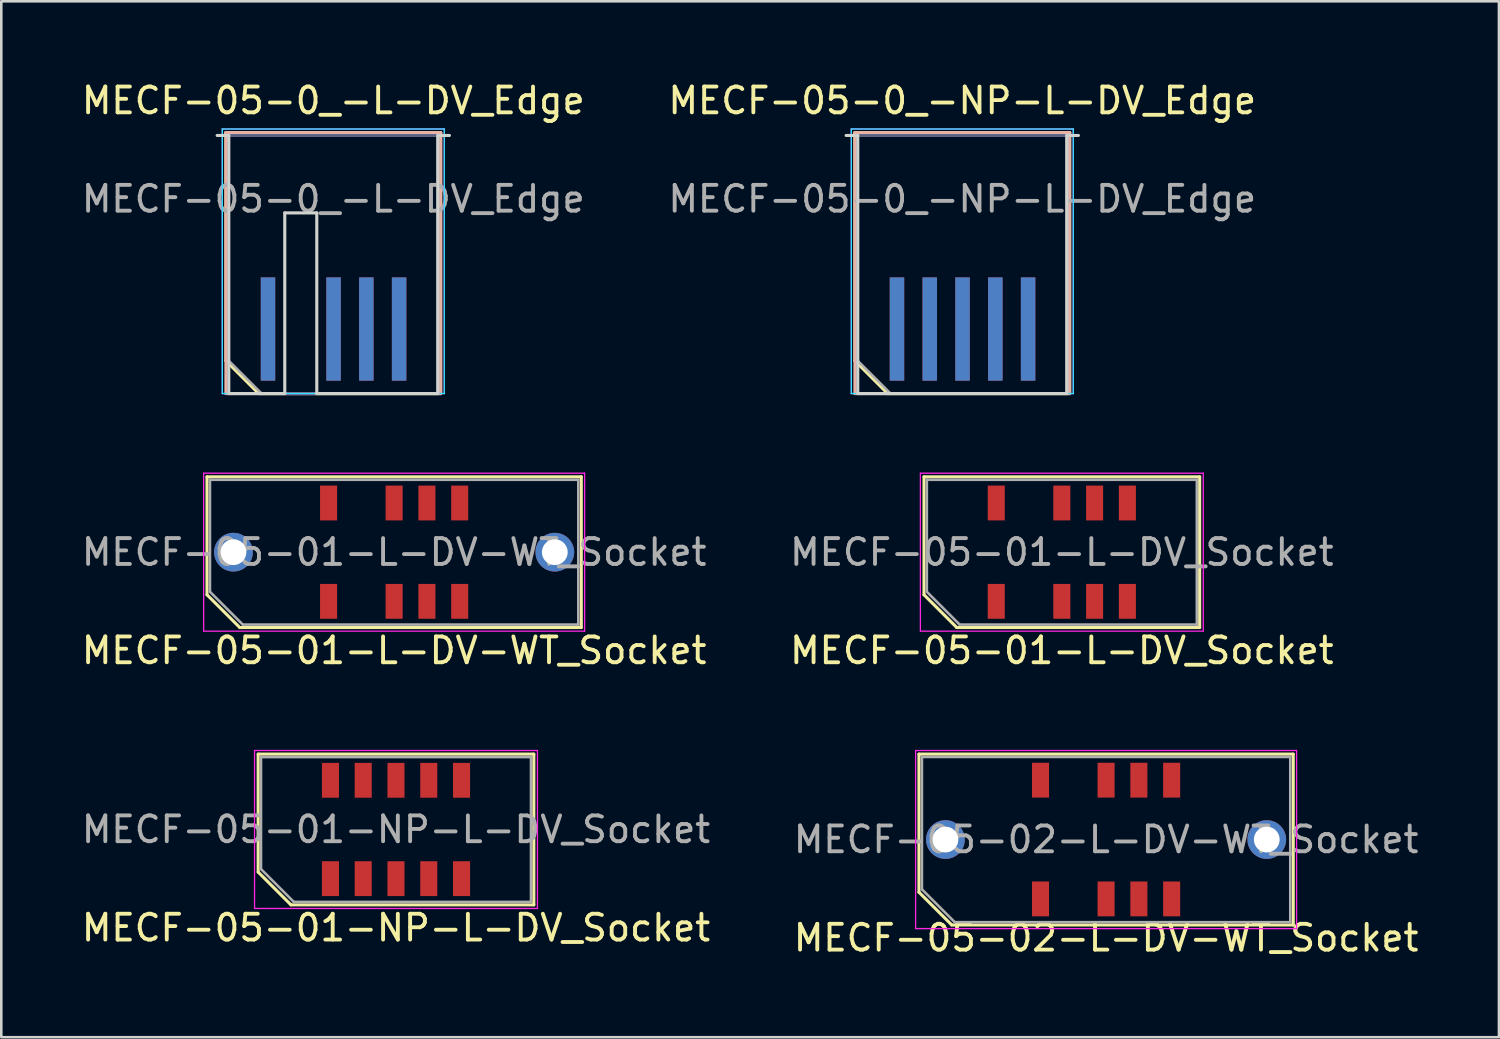
<source format=kicad_pcb>
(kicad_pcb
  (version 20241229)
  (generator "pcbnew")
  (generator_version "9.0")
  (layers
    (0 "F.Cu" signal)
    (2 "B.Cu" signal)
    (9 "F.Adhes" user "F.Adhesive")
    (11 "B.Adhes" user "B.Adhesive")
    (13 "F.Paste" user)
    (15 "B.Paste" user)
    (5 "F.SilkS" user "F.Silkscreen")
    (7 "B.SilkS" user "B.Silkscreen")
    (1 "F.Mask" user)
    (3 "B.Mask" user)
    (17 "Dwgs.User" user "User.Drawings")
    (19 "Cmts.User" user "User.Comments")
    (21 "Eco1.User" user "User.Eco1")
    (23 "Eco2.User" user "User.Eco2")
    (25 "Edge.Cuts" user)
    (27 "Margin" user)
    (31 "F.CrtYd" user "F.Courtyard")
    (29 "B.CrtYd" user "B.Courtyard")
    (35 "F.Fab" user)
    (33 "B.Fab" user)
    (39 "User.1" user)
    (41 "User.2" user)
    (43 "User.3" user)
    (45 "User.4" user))
  (footprint "MECF-05-0_-L-DV_Edge"
    (layer "F.Cu")
    (at 9.863 7.198)
    (property "Reference" "MECF-05-0_-L-DV_Edge" (at 0 -6.35 0) (layer "F.SilkS") (effects (font (size 1 1) (thickness 0.15))))
    (attr exclude_from_pos_files exclude_from_bom)
    (fp_line (start -4.16 -5.11) (end 4.16 -5.11) (stroke (width 0.12) (type solid)) (layer "F.SilkS"))
    (fp_line (start -4.16 3.73) (end -4.16 -5.11) (stroke (width 0.12) (type solid)) (layer "F.SilkS"))
    (fp_line (start -2.89 5) (end -4.16 3.73) (stroke (width 0.12) (type solid)) (layer "F.SilkS"))
    (fp_line (start -2.89 5) (end 4.16 5) (stroke (width 0.12) (type solid)) (layer "F.SilkS"))
    (fp_line (start 4.16 5) (end 4.16 -5.11) (stroke (width 0.12) (type solid)) (layer "F.SilkS"))
    (fp_line (start -4.16 -5.11) (end 4.16 -5.11) (stroke (width 0.12) (type solid)) (layer "B.SilkS"))
    (fp_line (start -4.16 5) (end -4.16 -5.11) (stroke (width 0.12) (type solid)) (layer "B.SilkS"))
    (fp_line (start -4.16 5) (end 4.16 5) (stroke (width 0.12) (type solid)) (layer "B.SilkS"))
    (fp_line (start 4.16 5) (end 4.16 -5.11) (stroke (width 0.12) (type solid)) (layer "B.SilkS"))
    (fp_line (start -4.5 -5) (end -4.05 -5) (stroke (width 0.12) (type solid)) (layer "Edge.Cuts"))
    (fp_line (start -4.05 5) (end -4.05 -5) (stroke (width 0.12) (type solid)) (layer "Edge.Cuts"))
    (fp_line (start -4.05 5) (end -1.88 5) (stroke (width 0.12) (type solid)) (layer "Edge.Cuts"))
    (fp_line (start -1.88 -2) (end -0.64 -2) (stroke (width 0.12) (type solid)) (layer "Edge.Cuts"))
    (fp_line (start -1.88 5) (end -1.88 -2) (stroke (width 0.12) (type solid)) (layer "Edge.Cuts"))
    (fp_line (start -0.64 5) (end -0.64 -2) (stroke (width 0.12) (type solid)) (layer "Edge.Cuts"))
    (fp_line (start -0.64 5) (end 4.05 5) (stroke (width 0.12) (type solid)) (layer "Edge.Cuts"))
    (fp_line (start 4.05 5) (end 4.05 -5) (stroke (width 0.12) (type solid)) (layer "Edge.Cuts"))
    (fp_line (start 4.5 -5) (end 4.05 -5) (stroke (width 0.12) (type solid)) (layer "Edge.Cuts"))
    (fp_line (start -4.3 -5.25) (end -4.3 5) (stroke (width 0.05) (type solid)) (layer "B.CrtYd"))
    (fp_line (start -4.3 5) (end 4.3 5) (stroke (width 0.05) (type solid)) (layer "B.CrtYd"))
    (fp_line (start 4.3 -5.25) (end -4.3 -5.25) (stroke (width 0.05) (type solid)) (layer "B.CrtYd"))
    (fp_line (start 4.3 5) (end 4.3 -5.25) (stroke (width 0.05) (type solid)) (layer "B.CrtYd"))
    (fp_line (start -4.3 -5.25) (end -4.3 5) (stroke (width 0.05) (type solid)) (layer "F.CrtYd"))
    (fp_line (start -4.3 5) (end 4.3 5) (stroke (width 0.05) (type solid)) (layer "F.CrtYd"))
    (fp_line (start 4.3 -5.25) (end -4.3 -5.25) (stroke (width 0.05) (type solid)) (layer "F.CrtYd"))
    (fp_line (start 4.3 5) (end 4.3 -5.25) (stroke (width 0.05) (type solid)) (layer "F.CrtYd"))
    (fp_line (start -4.05 -5) (end 4.05 -5) (stroke (width 0.1) (type solid)) (layer "B.Fab"))
    (fp_line (start -4.05 5) (end -4.05 -5) (stroke (width 0.1) (type solid)) (layer "B.Fab"))
    (fp_line (start -4.05 5) (end 4.05 5) (stroke (width 0.1) (type solid)) (layer "B.Fab"))
    (fp_line (start 4.05 5) (end 4.05 -5) (stroke (width 0.1) (type solid)) (layer "B.Fab"))
    (fp_line (start -4.05 -5) (end 4.05 -5) (stroke (width 0.1) (type solid)) (layer "F.Fab"))
    (fp_line (start -4.05 3.73) (end -4.05 -5) (stroke (width 0.1) (type solid)) (layer "F.Fab"))
    (fp_line (start -4.05 3.73) (end -2.78 5) (stroke (width 0.1) (type solid)) (layer "F.Fab"))
    (fp_line (start -2.78 5) (end 4.05 5) (stroke (width 0.1) (type solid)) (layer "F.Fab"))
    (fp_line (start 4.05 5) (end 4.05 -5) (stroke (width 0.1) (type solid)) (layer "F.Fab"))
    (fp_text user "${REFERENCE}" (at 0 -2.54 0) (layer "F.Fab") (effects (font (size 1 1) (thickness 0.15))))
    (pad "1" smd rect (at -2.53 2.5) (size 0.56 4) (layers "F.Cu" "F.Mask" "F.Paste"))
    (pad "2" smd rect (at -2.53 2.5) (size 0.56 4) (layers "B.Cu" "B.Mask" "B.Paste"))
    (pad "5" smd rect (at 0.01 2.5) (size 0.56 4) (layers "F.Cu" "F.Mask" "F.Paste"))
    (pad "6" smd rect (at 0.01 2.5) (size 0.56 4) (layers "B.Cu" "B.Mask" "B.Paste"))
    (pad "7" smd rect (at 1.28 2.5) (size 0.56 4) (layers "F.Cu" "F.Mask" "F.Paste"))
    (pad "8" smd rect (at 1.28 2.5) (size 0.56 4) (layers "B.Cu" "B.Mask" "B.Paste"))
    (pad "9" smd rect (at 2.55 2.5) (size 0.56 4) (layers "F.Cu" "F.Mask" "F.Paste"))
    (pad "10" smd rect (at 2.55 2.5) (size 0.56 4) (layers "B.Cu" "B.Mask" "B.Paste")))
  (footprint "MECF-05-01-L-DV_Socket"
    (layer "F.Cu")
    (at 38.089 18.343)
    (property "Reference" "MECF-05-01-L-DV_Socket" (at 0 3.81 0) (layer "F.SilkS") (effects (font (size 1 1) (thickness 0.15))))
    (attr smd)
    (fp_line (start -5.34 -2.92) (end 5.34 -2.92) (stroke (width 0.12) (type solid)) (layer "F.SilkS"))
    (fp_line (start -5.34 1.65) (end -5.34 -2.92) (stroke (width 0.12) (type solid)) (layer "F.SilkS"))
    (fp_line (start -4.07 2.92) (end -5.34 1.65) (stroke (width 0.12) (type solid)) (layer "F.SilkS"))
    (fp_line (start -4.07 2.92) (end 5.34 2.92) (stroke (width 0.12) (type solid)) (layer "F.SilkS"))
    (fp_line (start 5.34 2.92) (end 5.34 -2.92) (stroke (width 0.12) (type solid)) (layer "F.SilkS"))
    (fp_line (start -5.48 -3.06) (end -5.48 3.06) (stroke (width 0.05) (type solid)) (layer "F.CrtYd"))
    (fp_line (start -5.48 3.06) (end 5.48 3.06) (stroke (width 0.05) (type solid)) (layer "F.CrtYd"))
    (fp_line (start 5.48 -3.06) (end -5.48 -3.06) (stroke (width 0.05) (type solid)) (layer "F.CrtYd"))
    (fp_line (start 5.48 3.06) (end 5.48 -3.06) (stroke (width 0.05) (type solid)) (layer "F.CrtYd"))
    (fp_line (start -5.23 -2.805) (end 5.23 -2.805) (stroke (width 0.1) (type solid)) (layer "F.Fab"))
    (fp_line (start -5.23 1.535) (end -5.23 -2.805) (stroke (width 0.1) (type solid)) (layer "F.Fab"))
    (fp_line (start -5.23 1.535) (end -3.96 2.805) (stroke (width 0.1) (type solid)) (layer "F.Fab"))
    (fp_line (start -3.96 2.805) (end 5.23 2.805) (stroke (width 0.1) (type solid)) (layer "F.Fab"))
    (fp_line (start 5.23 2.805) (end 5.23 -2.805) (stroke (width 0.1) (type solid)) (layer "F.Fab"))
    (fp_text user "${REFERENCE}" (at 0 0 0) (layer "F.Fab") (effects (font (size 1 1) (thickness 0.15))))
    (pad "" np_thru_hole circle (at -4.32 0) (size 0.001 0.001) (drill 1.45) (layers "*.Cu" "*.Mask"))
    (pad "" np_thru_hole circle (at 4.32 1) (size 0.001 0.001) (drill 1.45) (layers "*.Cu" "*.Mask"))
    (pad "1" smd rect (at -2.54 1.905) (size 0.66 1.35) (layers "F.Cu" "F.Mask" "F.Paste"))
    (pad "2" smd rect (at -2.54 -1.905) (size 0.66 1.35) (layers "F.Cu" "F.Mask" "F.Paste"))
    (pad "5" smd rect (at 0 1.905) (size 0.66 1.35) (layers "F.Cu" "F.Mask" "F.Paste"))
    (pad "6" smd rect (at 0 -1.905) (size 0.66 1.35) (layers "F.Cu" "F.Mask" "F.Paste"))
    (pad "7" smd rect (at 1.27 1.905) (size 0.66 1.35) (layers "F.Cu" "F.Mask" "F.Paste"))
    (pad "8" smd rect (at 1.27 -1.905) (size 0.66 1.35) (layers "F.Cu" "F.Mask" "F.Paste"))
    (pad "9" smd rect (at 2.54 1.905) (size 0.66 1.35) (layers "F.Cu" "F.Mask" "F.Paste"))
    (pad "10" smd rect (at 2.54 -1.905) (size 0.66 1.35) (layers "F.Cu" "F.Mask" "F.Paste")))
  (footprint "MECF-05-02-L-DV-WT_Socket"
    (layer "F.Cu")
    (at 39.804 29.477)
    (property "Reference" "MECF-05-02-L-DV-WT_Socket" (at 0 3.81 0) (layer "F.SilkS") (effects (font (size 1 1) (thickness 0.15))))
    (attr smd)
    (fp_line (start -7.25 -3.31) (end 7.25 -3.31) (stroke (width 0.12) (type solid)) (layer "F.SilkS"))
    (fp_line (start -7.25 2.04) (end -7.25 -3.31) (stroke (width 0.12) (type solid)) (layer "F.SilkS"))
    (fp_line (start -5.98 3.31) (end -7.25 2.04) (stroke (width 0.12) (type solid)) (layer "F.SilkS"))
    (fp_line (start -5.98 3.31) (end 7.25 3.31) (stroke (width 0.12) (type solid)) (layer "F.SilkS"))
    (fp_line (start 7.25 3.31) (end 7.25 -3.31) (stroke (width 0.12) (type solid)) (layer "F.SilkS"))
    (fp_line (start -7.38 -3.45) (end -7.38 3.45) (stroke (width 0.05) (type solid)) (layer "F.CrtYd"))
    (fp_line (start -7.38 3.45) (end 7.38 3.45) (stroke (width 0.05) (type solid)) (layer "F.CrtYd"))
    (fp_line (start 7.38 -3.45) (end -7.38 -3.45) (stroke (width 0.05) (type solid)) (layer "F.CrtYd"))
    (fp_line (start 7.38 3.45) (end 7.38 -3.45) (stroke (width 0.05) (type solid)) (layer "F.CrtYd"))
    (fp_line (start -7.135 -3.2) (end 7.135 -3.2) (stroke (width 0.1) (type solid)) (layer "F.Fab"))
    (fp_line (start -7.135 1.93) (end -7.135 -3.2) (stroke (width 0.1) (type solid)) (layer "F.Fab"))
    (fp_line (start -7.135 1.93) (end -5.865 3.2) (stroke (width 0.1) (type solid)) (layer "F.Fab"))
    (fp_line (start -5.865 3.2) (end 7.135 3.2) (stroke (width 0.1) (type solid)) (layer "F.Fab"))
    (fp_line (start 7.135 3.2) (end 7.135 -3.2) (stroke (width 0.1) (type solid)) (layer "F.Fab"))
    (fp_text user "${REFERENCE}" (at 0 0 0) (layer "F.Fab") (effects (font (size 1 1) (thickness 0.15))))
    (pad "" thru_hole circle (at -6.225 0) (size 1.5 1.5) (drill 1) (layers "*.Cu" "*.Mask"))
    (pad "" np_thru_hole circle (at -4.32 0) (size 0.001 0.001) (drill 1.45) (layers "*.Cu" "*.Mask"))
    (pad "" np_thru_hole circle (at 4.32 1) (size 0.001 0.001) (drill 1.45) (layers "*.Cu" "*.Mask"))
    (pad "" thru_hole circle (at 6.225 0) (size 1.5 1.5) (drill 1) (layers "*.Cu" "*.Mask"))
    (pad "1" smd rect (at -2.54 2.3) (size 0.66 1.35) (layers "F.Cu" "F.Mask" "F.Paste"))
    (pad "2" smd rect (at -2.54 -2.3) (size 0.66 1.35) (layers "F.Cu" "F.Mask" "F.Paste"))
    (pad "5" smd rect (at 0 2.3) (size 0.66 1.35) (layers "F.Cu" "F.Mask" "F.Paste"))
    (pad "6" smd rect (at 0 -2.3) (size 0.66 1.35) (layers "F.Cu" "F.Mask" "F.Paste"))
    (pad "7" smd rect (at 1.27 2.3) (size 0.66 1.35) (layers "F.Cu" "F.Mask" "F.Paste"))
    (pad "8" smd rect (at 1.27 -2.3) (size 0.66 1.35) (layers "F.Cu" "F.Mask" "F.Paste"))
    (pad "9" smd rect (at 2.54 2.3) (size 0.66 1.35) (layers "F.Cu" "F.Mask" "F.Paste"))
    (pad "10" smd rect (at 2.54 -2.3) (size 0.66 1.35) (layers "F.Cu" "F.Mask" "F.Paste")))
  (footprint "MECF-05-01-NP-L-DV_Socket"
    (layer "F.Cu")
    (at 12.292 29.087)
    (property "Reference" "MECF-05-01-NP-L-DV_Socket" (at 0 3.81 0) (layer "F.SilkS") (effects (font (size 1 1) (thickness 0.15))))
    (attr smd)
    (fp_line (start -5.34 -2.92) (end 5.34 -2.92) (stroke (width 0.12) (type solid)) (layer "F.SilkS"))
    (fp_line (start -5.34 1.65) (end -5.34 -2.92) (stroke (width 0.12) (type solid)) (layer "F.SilkS"))
    (fp_line (start -4.07 2.92) (end -5.34 1.65) (stroke (width 0.12) (type solid)) (layer "F.SilkS"))
    (fp_line (start -4.07 2.92) (end 5.34 2.92) (stroke (width 0.12) (type solid)) (layer "F.SilkS"))
    (fp_line (start 5.34 2.92) (end 5.34 -2.92) (stroke (width 0.12) (type solid)) (layer "F.SilkS"))
    (fp_line (start -5.48 -3.06) (end -5.48 3.06) (stroke (width 0.05) (type solid)) (layer "F.CrtYd"))
    (fp_line (start -5.48 3.06) (end 5.48 3.06) (stroke (width 0.05) (type solid)) (layer "F.CrtYd"))
    (fp_line (start 5.48 -3.06) (end -5.48 -3.06) (stroke (width 0.05) (type solid)) (layer "F.CrtYd"))
    (fp_line (start 5.48 3.06) (end 5.48 -3.06) (stroke (width 0.05) (type solid)) (layer "F.CrtYd"))
    (fp_line (start -5.23 -2.805) (end 5.23 -2.805) (stroke (width 0.1) (type solid)) (layer "F.Fab"))
    (fp_line (start -5.23 1.535) (end -5.23 -2.805) (stroke (width 0.1) (type solid)) (layer "F.Fab"))
    (fp_line (start -5.23 1.535) (end -3.96 2.805) (stroke (width 0.1) (type solid)) (layer "F.Fab"))
    (fp_line (start -3.96 2.805) (end 5.23 2.805) (stroke (width 0.1) (type solid)) (layer "F.Fab"))
    (fp_line (start 5.23 2.805) (end 5.23 -2.805) (stroke (width 0.1) (type solid)) (layer "F.Fab"))
    (fp_text user "${REFERENCE}" (at 0 0 0) (layer "F.Fab") (effects (font (size 1 1) (thickness 0.15))))
    (pad "" np_thru_hole circle (at -4.32 0) (size 0.001 0.001) (drill 1.45) (layers "*.Cu" "*.Mask"))
    (pad "" np_thru_hole circle (at 4.32 1) (size 0.001 0.001) (drill 1.45) (layers "*.Cu" "*.Mask"))
    (pad "1" smd rect (at -2.54 1.905) (size 0.66 1.35) (layers "F.Cu" "F.Mask" "F.Paste"))
    (pad "2" smd rect (at -2.54 -1.905) (size 0.66 1.35) (layers "F.Cu" "F.Mask" "F.Paste"))
    (pad "3" smd rect (at -1.27 1.905) (size 0.66 1.35) (layers "F.Cu" "F.Mask" "F.Paste"))
    (pad "4" smd rect (at -1.27 -1.905) (size 0.66 1.35) (layers "F.Cu" "F.Mask" "F.Paste"))
    (pad "5" smd rect (at 0 1.905) (size 0.66 1.35) (layers "F.Cu" "F.Mask" "F.Paste"))
    (pad "6" smd rect (at 0 -1.905) (size 0.66 1.35) (layers "F.Cu" "F.Mask" "F.Paste"))
    (pad "7" smd rect (at 1.27 1.905) (size 0.66 1.35) (layers "F.Cu" "F.Mask" "F.Paste"))
    (pad "8" smd rect (at 1.27 -1.905) (size 0.66 1.35) (layers "F.Cu" "F.Mask" "F.Paste"))
    (pad "9" smd rect (at 2.54 1.905) (size 0.66 1.35) (layers "F.Cu" "F.Mask" "F.Paste"))
    (pad "10" smd rect (at 2.54 -1.905) (size 0.66 1.35) (layers "F.Cu" "F.Mask" "F.Paste")))
  (footprint "MECF-05-0_-NP-L-DV_Edge"
    (layer "F.Cu")
    (at 34.232 7.198)
    (property "Reference" "MECF-05-0_-NP-L-DV_Edge" (at 0 -6.35 0) (layer "F.SilkS") (effects (font (size 1 1) (thickness 0.15))))
    (attr exclude_from_pos_files exclude_from_bom)
    (fp_line (start -4.16 -5.11) (end 4.16 -5.11) (stroke (width 0.12) (type solid)) (layer "F.SilkS"))
    (fp_line (start -4.16 3.73) (end -4.16 -5.11) (stroke (width 0.12) (type solid)) (layer "F.SilkS"))
    (fp_line (start -2.89 5) (end -4.16 3.73) (stroke (width 0.12) (type solid)) (layer "F.SilkS"))
    (fp_line (start -2.89 5) (end 4.16 5) (stroke (width 0.12) (type solid)) (layer "F.SilkS"))
    (fp_line (start 4.16 5) (end 4.16 -5.11) (stroke (width 0.12) (type solid)) (layer "F.SilkS"))
    (fp_line (start -4.16 -5.11) (end 4.16 -5.11) (stroke (width 0.12) (type solid)) (layer "B.SilkS"))
    (fp_line (start -4.16 5) (end -4.16 -5.11) (stroke (width 0.12) (type solid)) (layer "B.SilkS"))
    (fp_line (start -4.16 5) (end 4.16 5) (stroke (width 0.12) (type solid)) (layer "B.SilkS"))
    (fp_line (start 4.16 5) (end 4.16 -5.11) (stroke (width 0.12) (type solid)) (layer "B.SilkS"))
    (fp_line (start -4.5 -5) (end -4.05 -5) (stroke (width 0.12) (type solid)) (layer "Edge.Cuts"))
    (fp_line (start -4.05 5) (end -4.05 -5) (stroke (width 0.12) (type solid)) (layer "Edge.Cuts"))
    (fp_line (start -4.05 5) (end 4.05 5) (stroke (width 0.12) (type solid)) (layer "Edge.Cuts"))
    (fp_line (start 4.05 5) (end 4.05 -5) (stroke (width 0.12) (type solid)) (layer "Edge.Cuts"))
    (fp_line (start 4.5 -5) (end 4.05 -5) (stroke (width 0.12) (type solid)) (layer "Edge.Cuts"))
    (fp_line (start -4.3 -5.25) (end -4.3 5) (stroke (width 0.05) (type solid)) (layer "B.CrtYd"))
    (fp_line (start -4.3 5) (end 4.3 5) (stroke (width 0.05) (type solid)) (layer "B.CrtYd"))
    (fp_line (start 4.3 -5.25) (end -4.3 -5.25) (stroke (width 0.05) (type solid)) (layer "B.CrtYd"))
    (fp_line (start 4.3 5) (end 4.3 -5.25) (stroke (width 0.05) (type solid)) (layer "B.CrtYd"))
    (fp_line (start -4.3 -5.25) (end -4.3 5) (stroke (width 0.05) (type solid)) (layer "F.CrtYd"))
    (fp_line (start -4.3 5) (end 4.3 5) (stroke (width 0.05) (type solid)) (layer "F.CrtYd"))
    (fp_line (start 4.3 -5.25) (end -4.3 -5.25) (stroke (width 0.05) (type solid)) (layer "F.CrtYd"))
    (fp_line (start 4.3 5) (end 4.3 -5.25) (stroke (width 0.05) (type solid)) (layer "F.CrtYd"))
    (fp_line (start -4.05 -5) (end 4.05 -5) (stroke (width 0.1) (type solid)) (layer "B.Fab"))
    (fp_line (start -4.05 5) (end -4.05 -5) (stroke (width 0.1) (type solid)) (layer "B.Fab"))
    (fp_line (start -4.05 5) (end 4.05 5) (stroke (width 0.1) (type solid)) (layer "B.Fab"))
    (fp_line (start 4.05 5) (end 4.05 -5) (stroke (width 0.1) (type solid)) (layer "B.Fab"))
    (fp_line (start -4.05 -5) (end 4.05 -5) (stroke (width 0.1) (type solid)) (layer "F.Fab"))
    (fp_line (start -4.05 3.73) (end -4.05 -5) (stroke (width 0.1) (type solid)) (layer "F.Fab"))
    (fp_line (start -4.05 3.73) (end -2.78 5) (stroke (width 0.1) (type solid)) (layer "F.Fab"))
    (fp_line (start -2.78 5) (end 4.05 5) (stroke (width 0.1) (type solid)) (layer "F.Fab"))
    (fp_line (start 4.05 5) (end 4.05 -5) (stroke (width 0.1) (type solid)) (layer "F.Fab"))
    (fp_text user "${REFERENCE}" (at 0 -2.54 0) (layer "F.Fab") (effects (font (size 1 1) (thickness 0.15))))
    (pad "1" smd rect (at -2.53 2.5) (size 0.56 4) (layers "F.Cu" "F.Mask" "F.Paste"))
    (pad "2" smd rect (at -2.53 2.5) (size 0.56 4) (layers "B.Cu" "B.Mask" "B.Paste"))
    (pad "3" smd rect (at -1.26 2.5) (size 0.56 4) (layers "F.Cu" "F.Mask" "F.Paste"))
    (pad "4" smd rect (at -1.26 2.5) (size 0.56 4) (layers "B.Cu" "B.Mask" "B.Paste"))
    (pad "5" smd rect (at 0.01 2.5) (size 0.56 4) (layers "F.Cu" "F.Mask" "F.Paste"))
    (pad "6" smd rect (at 0.01 2.5) (size 0.56 4) (layers "B.Cu" "B.Mask" "B.Paste"))
    (pad "7" smd rect (at 1.28 2.5) (size 0.56 4) (layers "F.Cu" "F.Mask" "F.Paste"))
    (pad "8" smd rect (at 1.28 2.5) (size 0.56 4) (layers "B.Cu" "B.Mask" "B.Paste"))
    (pad "9" smd rect (at 2.55 2.5) (size 0.56 4) (layers "F.Cu" "F.Mask" "F.Paste"))
    (pad "10" smd rect (at 2.55 2.5) (size 0.56 4) (layers "B.Cu" "B.Mask" "B.Paste")))
  (footprint "MECF-05-01-L-DV-WT_Socket"
    (layer "F.Cu")
    (at 12.22 18.343)
    (property "Reference" "MECF-05-01-L-DV-WT_Socket" (at 0 3.81 0) (layer "F.SilkS") (effects (font (size 1 1) (thickness 0.15))))
    (attr smd)
    (fp_line (start -7.25 -2.92) (end 7.25 -2.92) (stroke (width 0.12) (type solid)) (layer "F.SilkS"))
    (fp_line (start -7.25 1.65) (end -7.25 -2.92) (stroke (width 0.12) (type solid)) (layer "F.SilkS"))
    (fp_line (start -5.98 2.92) (end -7.25 1.65) (stroke (width 0.12) (type solid)) (layer "F.SilkS"))
    (fp_line (start -5.98 2.92) (end 7.25 2.92) (stroke (width 0.12) (type solid)) (layer "F.SilkS"))
    (fp_line (start 7.25 2.92) (end 7.25 -2.92) (stroke (width 0.12) (type solid)) (layer "F.SilkS"))
    (fp_line (start -7.38 -3.06) (end -7.38 3.06) (stroke (width 0.05) (type solid)) (layer "F.CrtYd"))
    (fp_line (start -7.38 3.06) (end 7.38 3.06) (stroke (width 0.05) (type solid)) (layer "F.CrtYd"))
    (fp_line (start 7.38 -3.06) (end -7.38 -3.06) (stroke (width 0.05) (type solid)) (layer "F.CrtYd"))
    (fp_line (start 7.38 3.06) (end 7.38 -3.06) (stroke (width 0.05) (type solid)) (layer "F.CrtYd"))
    (fp_line (start -7.135 -2.805) (end 7.135 -2.805) (stroke (width 0.1) (type solid)) (layer "F.Fab"))
    (fp_line (start -7.135 1.535) (end -7.135 -2.805) (stroke (width 0.1) (type solid)) (layer "F.Fab"))
    (fp_line (start -7.135 1.535) (end -5.865 2.805) (stroke (width 0.1) (type solid)) (layer "F.Fab"))
    (fp_line (start -5.865 2.805) (end 7.135 2.805) (stroke (width 0.1) (type solid)) (layer "F.Fab"))
    (fp_line (start 7.135 2.805) (end 7.135 -2.805) (stroke (width 0.1) (type solid)) (layer "F.Fab"))
    (fp_text user "${REFERENCE}" (at 0 0 0) (layer "F.Fab") (effects (font (size 1 1) (thickness 0.15))))
    (pad "" thru_hole circle (at -6.225 0) (size 1.5 1.5) (drill 1) (layers "*.Cu" "*.Mask"))
    (pad "" np_thru_hole circle (at -4.32 0) (size 0.001 0.001) (drill 1.45) (layers "*.Cu" "*.Mask"))
    (pad "" np_thru_hole circle (at 4.32 1) (size 0.001 0.001) (drill 1.45) (layers "*.Cu" "*.Mask"))
    (pad "" thru_hole circle (at 6.225 0) (size 1.5 1.5) (drill 1) (layers "*.Cu" "*.Mask"))
    (pad "1" smd rect (at -2.54 1.905) (size 0.66 1.35) (layers "F.Cu" "F.Mask" "F.Paste"))
    (pad "2" smd rect (at -2.54 -1.905) (size 0.66 1.35) (layers "F.Cu" "F.Mask" "F.Paste"))
    (pad "5" smd rect (at 0 1.905) (size 0.66 1.35) (layers "F.Cu" "F.Mask" "F.Paste"))
    (pad "6" smd rect (at 0 -1.905) (size 0.66 1.35) (layers "F.Cu" "F.Mask" "F.Paste"))
    (pad "7" smd rect (at 1.27 1.905) (size 0.66 1.35) (layers "F.Cu" "F.Mask" "F.Paste"))
    (pad "8" smd rect (at 1.27 -1.905) (size 0.66 1.35) (layers "F.Cu" "F.Mask" "F.Paste"))
    (pad "9" smd rect (at 2.54 1.905) (size 0.66 1.35) (layers "F.Cu" "F.Mask" "F.Paste"))
    (pad "10" smd rect (at 2.54 -1.905) (size 0.66 1.35) (layers "F.Cu" "F.Mask" "F.Paste")))
  (gr_rect
    (start -3 -3)
    (end 55.024 37.135)
    (stroke (width 0.1) (type default))
    (fill no)
    (layer "Edge.Cuts")))
</source>
